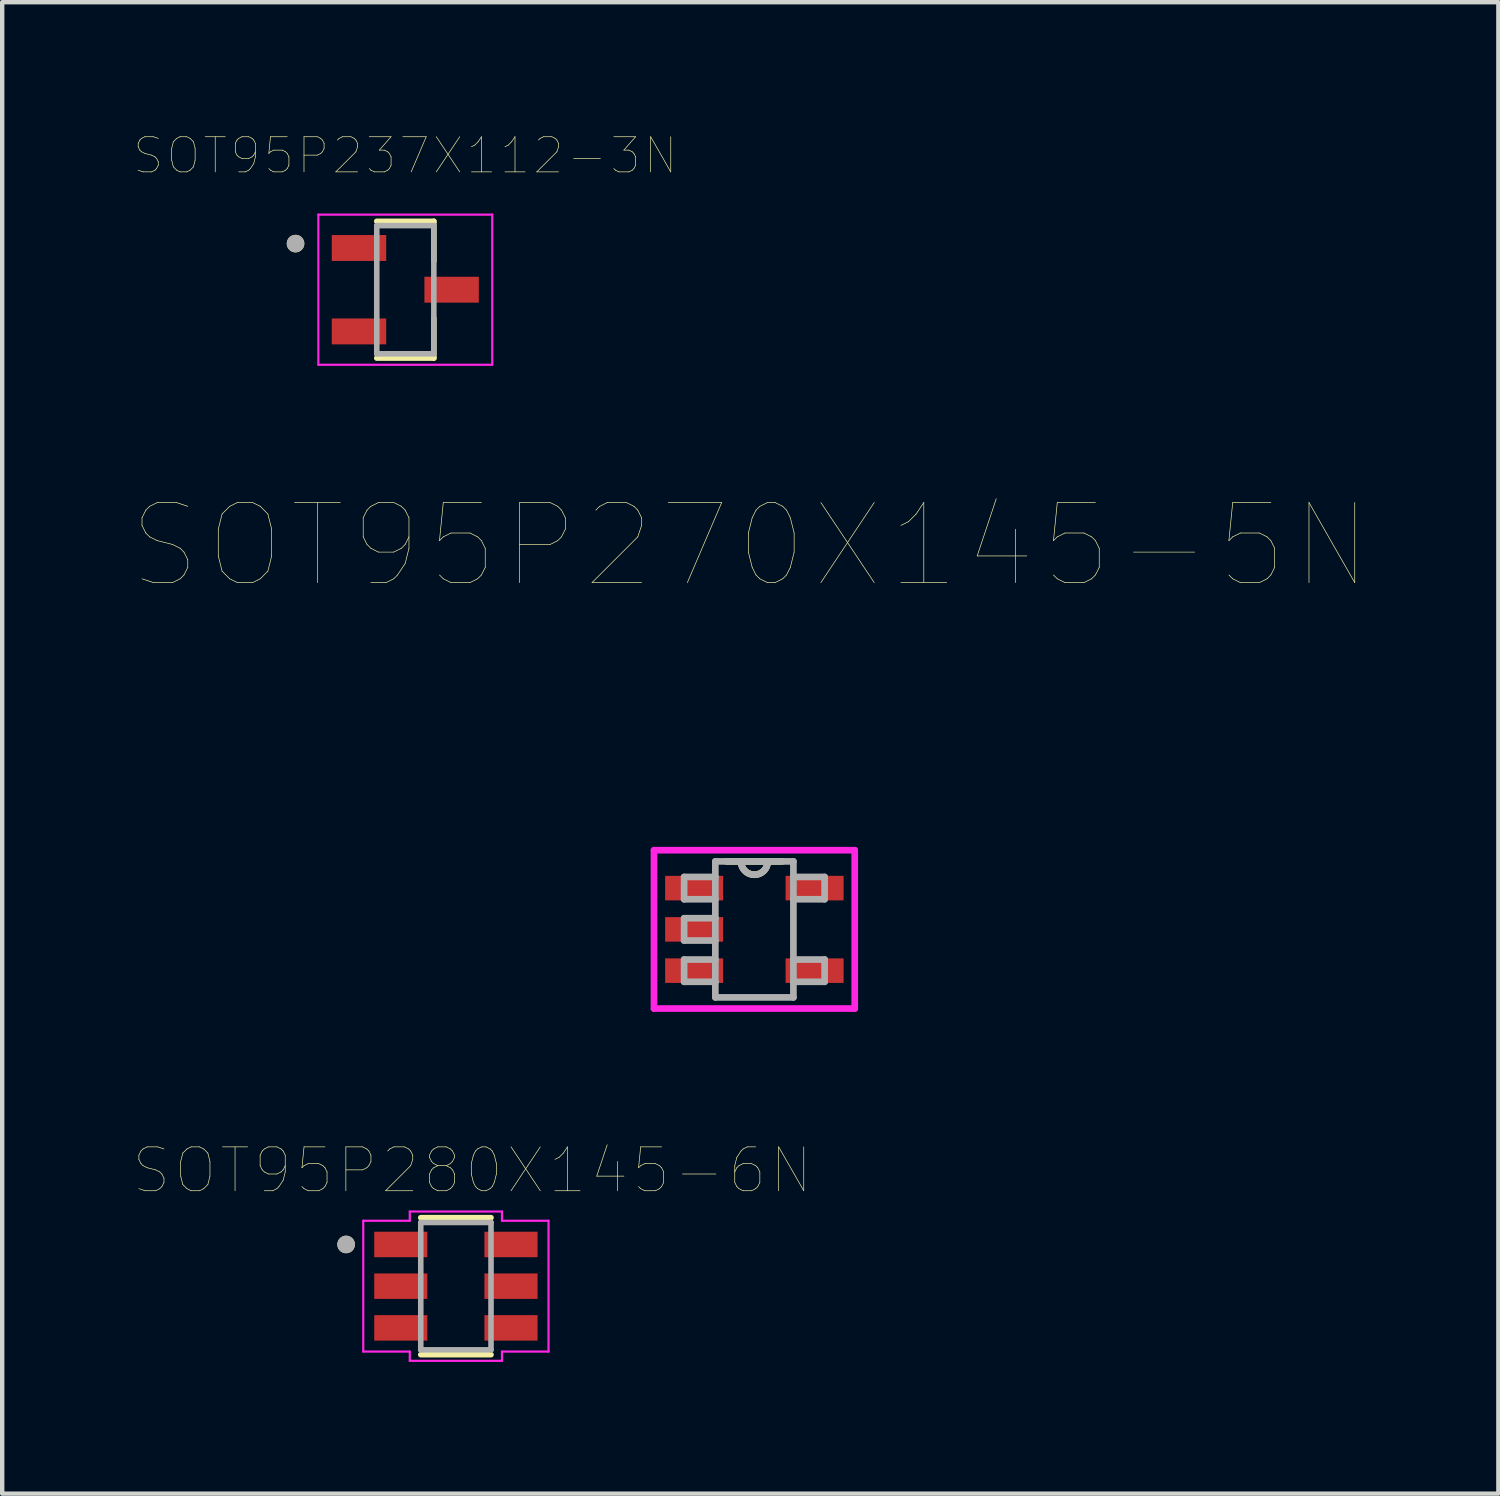
<source format=kicad_pcb>
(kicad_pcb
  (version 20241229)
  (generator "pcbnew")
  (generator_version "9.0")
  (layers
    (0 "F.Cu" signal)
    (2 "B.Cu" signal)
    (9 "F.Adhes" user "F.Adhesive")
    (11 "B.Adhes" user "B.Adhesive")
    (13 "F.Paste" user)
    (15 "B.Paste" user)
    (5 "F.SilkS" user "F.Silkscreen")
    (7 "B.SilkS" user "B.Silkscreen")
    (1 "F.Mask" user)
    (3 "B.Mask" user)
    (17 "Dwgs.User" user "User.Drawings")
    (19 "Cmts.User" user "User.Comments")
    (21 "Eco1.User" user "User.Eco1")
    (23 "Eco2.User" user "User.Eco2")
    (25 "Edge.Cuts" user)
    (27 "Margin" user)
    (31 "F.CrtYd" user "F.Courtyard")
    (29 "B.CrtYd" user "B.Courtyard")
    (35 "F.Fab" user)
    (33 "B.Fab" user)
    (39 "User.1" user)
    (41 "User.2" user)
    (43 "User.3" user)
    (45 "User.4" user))
  (footprint "SOT95P280X145-6N"
    (layer "F.Cu")
    (at 7.333 26.243)
    (property "Reference" "SOT95P280X145-6N" (at 0.375 -2.635 0) (layer "F.SilkS") (effects (font (size 1 1) (thickness 0.015))))
    (attr through_hole)
    (fp_line (start -0.8 1.56) (end 0.8 1.56) (stroke (width 0.127) (type solid)) (layer "F.SilkS"))
    (fp_line (start 0.8 -1.56) (end -0.8 -1.56) (stroke (width 0.127) (type solid)) (layer "F.SilkS"))
    (fp_circle (center -2.5 -0.95) (end -2.4 -0.95) (stroke (width 0.2) (type solid)) (fill no) (layer "F.SilkS"))
    (fp_line (start -2.11 -1.49) (end -2.11 1.49) (stroke (width 0.05) (type solid)) (layer "F.CrtYd"))
    (fp_line (start -2.11 -1.49) (end -1.05 -1.49) (stroke (width 0.05) (type solid)) (layer "F.CrtYd"))
    (fp_line (start -2.11 1.49) (end -1.05 1.49) (stroke (width 0.05) (type solid)) (layer "F.CrtYd"))
    (fp_line (start -1.05 -1.49) (end -1.05 -1.7) (stroke (width 0.05) (type solid)) (layer "F.CrtYd"))
    (fp_line (start -1.05 1.49) (end -1.05 1.7) (stroke (width 0.05) (type solid)) (layer "F.CrtYd"))
    (fp_line (start -1.05 1.7) (end 1.05 1.7) (stroke (width 0.05) (type solid)) (layer "F.CrtYd"))
    (fp_line (start 1.05 -1.7) (end -1.05 -1.7) (stroke (width 0.05) (type solid)) (layer "F.CrtYd"))
    (fp_line (start 1.05 -1.49) (end 1.05 -1.7) (stroke (width 0.05) (type solid)) (layer "F.CrtYd"))
    (fp_line (start 1.05 1.49) (end 1.05 1.7) (stroke (width 0.05) (type solid)) (layer "F.CrtYd"))
    (fp_line (start 2.11 -1.49) (end 1.05 -1.49) (stroke (width 0.05) (type solid)) (layer "F.CrtYd"))
    (fp_line (start 2.11 1.49) (end 1.05 1.49) (stroke (width 0.05) (type solid)) (layer "F.CrtYd"))
    (fp_line (start 2.11 1.49) (end 2.11 -1.49) (stroke (width 0.05) (type solid)) (layer "F.CrtYd"))
    (fp_line (start -0.8 -1.45) (end -0.8 1.45) (stroke (width 0.127) (type solid)) (layer "F.Fab"))
    (fp_line (start -0.8 1.45) (end 0.8 1.45) (stroke (width 0.127) (type solid)) (layer "F.Fab"))
    (fp_line (start 0.8 -1.45) (end -0.8 -1.45) (stroke (width 0.127) (type solid)) (layer "F.Fab"))
    (fp_line (start 0.8 1.45) (end 0.8 -1.45) (stroke (width 0.127) (type solid)) (layer "F.Fab"))
    (fp_circle (center -2.5 -0.95) (end -2.4 -0.95) (stroke (width 0.2) (type solid)) (fill no) (layer "F.Fab"))
    (pad "1" smd rect (at -1.255 -0.95) (size 1.21 0.58) (layers "F.Cu" "F.Mask" "F.Paste"))
    (pad "2" smd rect (at -1.255 0) (size 1.21 0.58) (layers "F.Cu" "F.Mask" "F.Paste"))
    (pad "3" smd rect (at -1.255 0.95) (size 1.21 0.58) (layers "F.Cu" "F.Mask" "F.Paste"))
    (pad "4" smd rect (at 1.255 0.95) (size 1.21 0.58) (layers "F.Cu" "F.Mask" "F.Paste"))
    (pad "5" smd rect (at 1.255 0) (size 1.21 0.58) (layers "F.Cu" "F.Mask" "F.Paste"))
    (pad "6" smd rect (at 1.255 -0.95) (size 1.21 0.58) (layers "F.Cu" "F.Mask" "F.Paste")))
  (footprint "SOT95P237X112-3N"
    (layer "F.Cu")
    (at 6.181 3.548)
    (property "Reference" "SOT95P237X112-3N" (at 0.000005 -3.053 0) (layer "F.SilkS") (effects (font (size 0.801 0.801) (thickness 0.015))))
    (attr through_hole)
    (fp_line (start -0.65 -1.558) (end 0.65 -1.558) (stroke (width 0.127) (type solid)) (layer "F.SilkS"))
    (fp_line (start 0.65 -1.558) (end 0.65 -0.65) (stroke (width 0.127) (type solid)) (layer "F.SilkS"))
    (fp_line (start 0.65 0.65) (end 0.65 1.558) (stroke (width 0.127) (type solid)) (layer "F.SilkS"))
    (fp_line (start 0.65 1.558) (end -0.65 1.558) (stroke (width 0.127) (type solid)) (layer "F.SilkS"))
    (fp_circle (center -2.5 -1.05) (end -2.4 -1.05) (stroke (width 0.2) (type solid)) (fill no) (layer "F.SilkS"))
    (fp_line (start -1.98 -1.71) (end -1.98 1.71) (stroke (width 0.05) (type solid)) (layer "F.CrtYd"))
    (fp_line (start -1.98 1.71) (end 1.98 1.71) (stroke (width 0.05) (type solid)) (layer "F.CrtYd"))
    (fp_line (start 1.98 -1.71) (end -1.98 -1.71) (stroke (width 0.05) (type solid)) (layer "F.CrtYd"))
    (fp_line (start 1.98 1.71) (end 1.98 -1.71) (stroke (width 0.05) (type solid)) (layer "F.CrtYd"))
    (fp_line (start -0.65 -1.46) (end 0.65 -1.46) (stroke (width 0.127) (type solid)) (layer "F.Fab"))
    (fp_line (start -0.65 1.46) (end -0.65 -1.46) (stroke (width 0.127) (type solid)) (layer "F.Fab"))
    (fp_line (start 0.65 -1.46) (end 0.65 1.46) (stroke (width 0.127) (type solid)) (layer "F.Fab"))
    (fp_line (start 0.65 1.46) (end -0.65 1.46) (stroke (width 0.127) (type solid)) (layer "F.Fab"))
    (fp_circle (center -2.5 -1.05) (end -2.4 -1.05) (stroke (width 0.2) (type solid)) (fill no) (layer "F.Fab"))
    (pad "1" smd rect (at -1.055 -0.95) (size 1.24 0.59) (layers "F.Cu" "F.Mask" "F.Paste"))
    (pad "2" smd rect (at -1.055 0.95) (size 1.24 0.59) (layers "F.Cu" "F.Mask" "F.Paste"))
    (pad "3" smd rect (at 1.055 0) (size 1.24 0.59) (layers "F.Cu" "F.Mask" "F.Paste")))
  (footprint "SOT95P270X145-5N"
    (layer "F.Cu")
    (at 14.131 18.117)
    (property "Reference" "SOT95P270X145-5N" (at -0.093 -8.741 0) (layer "F.SilkS") (effects (font (size 1.824 1.824) (thickness 0.015))))
    (attr through_hole)
    (fp_line (start -0.305 -1.549) (end -0.635 -1.549) (stroke (width 0.152) (type solid)) (layer "F.SilkS"))
    (fp_line (start 0.305 -1.549) (end -0.305 -1.549) (stroke (width 0.152) (type solid)) (layer "F.SilkS"))
    (fp_line (start 0.635 -1.549) (end 0.305 -1.549) (stroke (width 0.152) (type solid)) (layer "F.SilkS"))
    (fp_arc (start 0.3048 -1.5494) (mid 0 -1.2446) (end -0.3048 -1.5494) (stroke (width 0.1524) (type solid)) (layer "F.SilkS"))
    (fp_line (start -2.286 -1.803) (end 2.286 -1.803) (stroke (width 0.152) (type solid)) (layer "F.CrtYd"))
    (fp_line (start -2.286 1.803) (end -2.286 -1.803) (stroke (width 0.152) (type solid)) (layer "F.CrtYd"))
    (fp_line (start 2.286 -1.803) (end 2.286 1.803) (stroke (width 0.152) (type solid)) (layer "F.CrtYd"))
    (fp_line (start 2.286 1.803) (end -2.286 1.803) (stroke (width 0.152) (type solid)) (layer "F.CrtYd"))
    (fp_line (start -1.6 -1.194) (end -1.6 -0.686) (stroke (width 0.152) (type solid)) (layer "F.Fab"))
    (fp_line (start -1.6 -0.686) (end -0.889 -0.686) (stroke (width 0.152) (type solid)) (layer "F.Fab"))
    (fp_line (start -1.6 -0.254) (end -1.6 0.254) (stroke (width 0.152) (type solid)) (layer "F.Fab"))
    (fp_line (start -1.6 0.254) (end -0.889 0.254) (stroke (width 0.152) (type solid)) (layer "F.Fab"))
    (fp_line (start -1.6 0.686) (end -1.6 1.194) (stroke (width 0.152) (type solid)) (layer "F.Fab"))
    (fp_line (start -1.6 1.194) (end -0.889 1.194) (stroke (width 0.152) (type solid)) (layer "F.Fab"))
    (fp_line (start -0.889 -1.549) (end -0.889 -1.194) (stroke (width 0.152) (type solid)) (layer "F.Fab"))
    (fp_line (start -0.889 -1.194) (end -1.6 -1.194) (stroke (width 0.152) (type solid)) (layer "F.Fab"))
    (fp_line (start -0.889 -1.194) (end -0.889 -0.686) (stroke (width 0.152) (type solid)) (layer "F.Fab"))
    (fp_line (start -0.889 -0.686) (end -0.889 -0.254) (stroke (width 0.152) (type solid)) (layer "F.Fab"))
    (fp_line (start -0.889 -0.254) (end -1.6 -0.254) (stroke (width 0.152) (type solid)) (layer "F.Fab"))
    (fp_line (start -0.889 -0.254) (end -0.889 0.254) (stroke (width 0.152) (type solid)) (layer "F.Fab"))
    (fp_line (start -0.889 0.254) (end -0.889 0.686) (stroke (width 0.152) (type solid)) (layer "F.Fab"))
    (fp_line (start -0.889 0.686) (end -1.6 0.686) (stroke (width 0.152) (type solid)) (layer "F.Fab"))
    (fp_line (start -0.889 1.194) (end -0.889 0.686) (stroke (width 0.152) (type solid)) (layer "F.Fab"))
    (fp_line (start -0.889 1.549) (end -0.889 1.194) (stroke (width 0.152) (type solid)) (layer "F.Fab"))
    (fp_line (start -0.889 1.549) (end 0.889 1.549) (stroke (width 0.152) (type solid)) (layer "F.Fab"))
    (fp_line (start -0.305 -1.549) (end -0.889 -1.549) (stroke (width 0.152) (type solid)) (layer "F.Fab"))
    (fp_line (start 0.305 -1.549) (end -0.305 -1.549) (stroke (width 0.152) (type solid)) (layer "F.Fab"))
    (fp_line (start 0.889 -1.549) (end 0.305 -1.549) (stroke (width 0.152) (type solid)) (layer "F.Fab"))
    (fp_line (start 0.889 -1.549) (end 0.889 -1.194) (stroke (width 0.152) (type solid)) (layer "F.Fab"))
    (fp_line (start 0.889 -1.194) (end 0.889 -0.686) (stroke (width 0.152) (type solid)) (layer "F.Fab"))
    (fp_line (start 0.889 -0.686) (end 1.6 -0.686) (stroke (width 0.152) (type solid)) (layer "F.Fab"))
    (fp_line (start 0.889 0.686) (end 0.889 -0.686) (stroke (width 0.152) (type solid)) (layer "F.Fab"))
    (fp_line (start 0.889 1.194) (end 0.889 0.686) (stroke (width 0.152) (type solid)) (layer "F.Fab"))
    (fp_line (start 0.889 1.194) (end 1.6 1.194) (stroke (width 0.152) (type solid)) (layer "F.Fab"))
    (fp_line (start 0.889 1.549) (end 0.889 1.194) (stroke (width 0.152) (type solid)) (layer "F.Fab"))
    (fp_line (start 1.6 -1.194) (end 0.889 -1.194) (stroke (width 0.152) (type solid)) (layer "F.Fab"))
    (fp_line (start 1.6 -0.686) (end 1.6 -1.194) (stroke (width 0.152) (type solid)) (layer "F.Fab"))
    (fp_line (start 1.6 0.686) (end 0.889 0.686) (stroke (width 0.152) (type solid)) (layer "F.Fab"))
    (fp_line (start 1.6 1.194) (end 1.6 0.686) (stroke (width 0.152) (type solid)) (layer "F.Fab"))
    (fp_arc (start 0.3048 -1.5494) (mid 0 -1.2446) (end -0.3048 -1.5494) (stroke (width 0.1524) (type solid)) (layer "F.Fab"))
    (pad "1" smd rect (at -1.372 -0.94) (size 1.321 0.559) (layers "F.Cu" "F.Mask" "F.Paste"))
    (pad "2" smd rect (at -1.372 0) (size 1.321 0.559) (layers "F.Cu" "F.Mask" "F.Paste"))
    (pad "3" smd rect (at -1.372 0.94) (size 1.321 0.559) (layers "F.Cu" "F.Mask" "F.Paste"))
    (pad "4" smd rect (at 1.372 0.94) (size 1.321 0.559) (layers "F.Cu" "F.Mask" "F.Paste"))
    (pad "5" smd rect (at 1.372 -0.94) (size 1.321 0.559) (layers "F.Cu" "F.Mask" "F.Paste")))
  (gr_rect
    (start -3 -3)
    (end 31.076 30.968)
    (stroke (width 0.1) (type default))
    (fill no)
    (layer "Edge.Cuts")))
</source>
